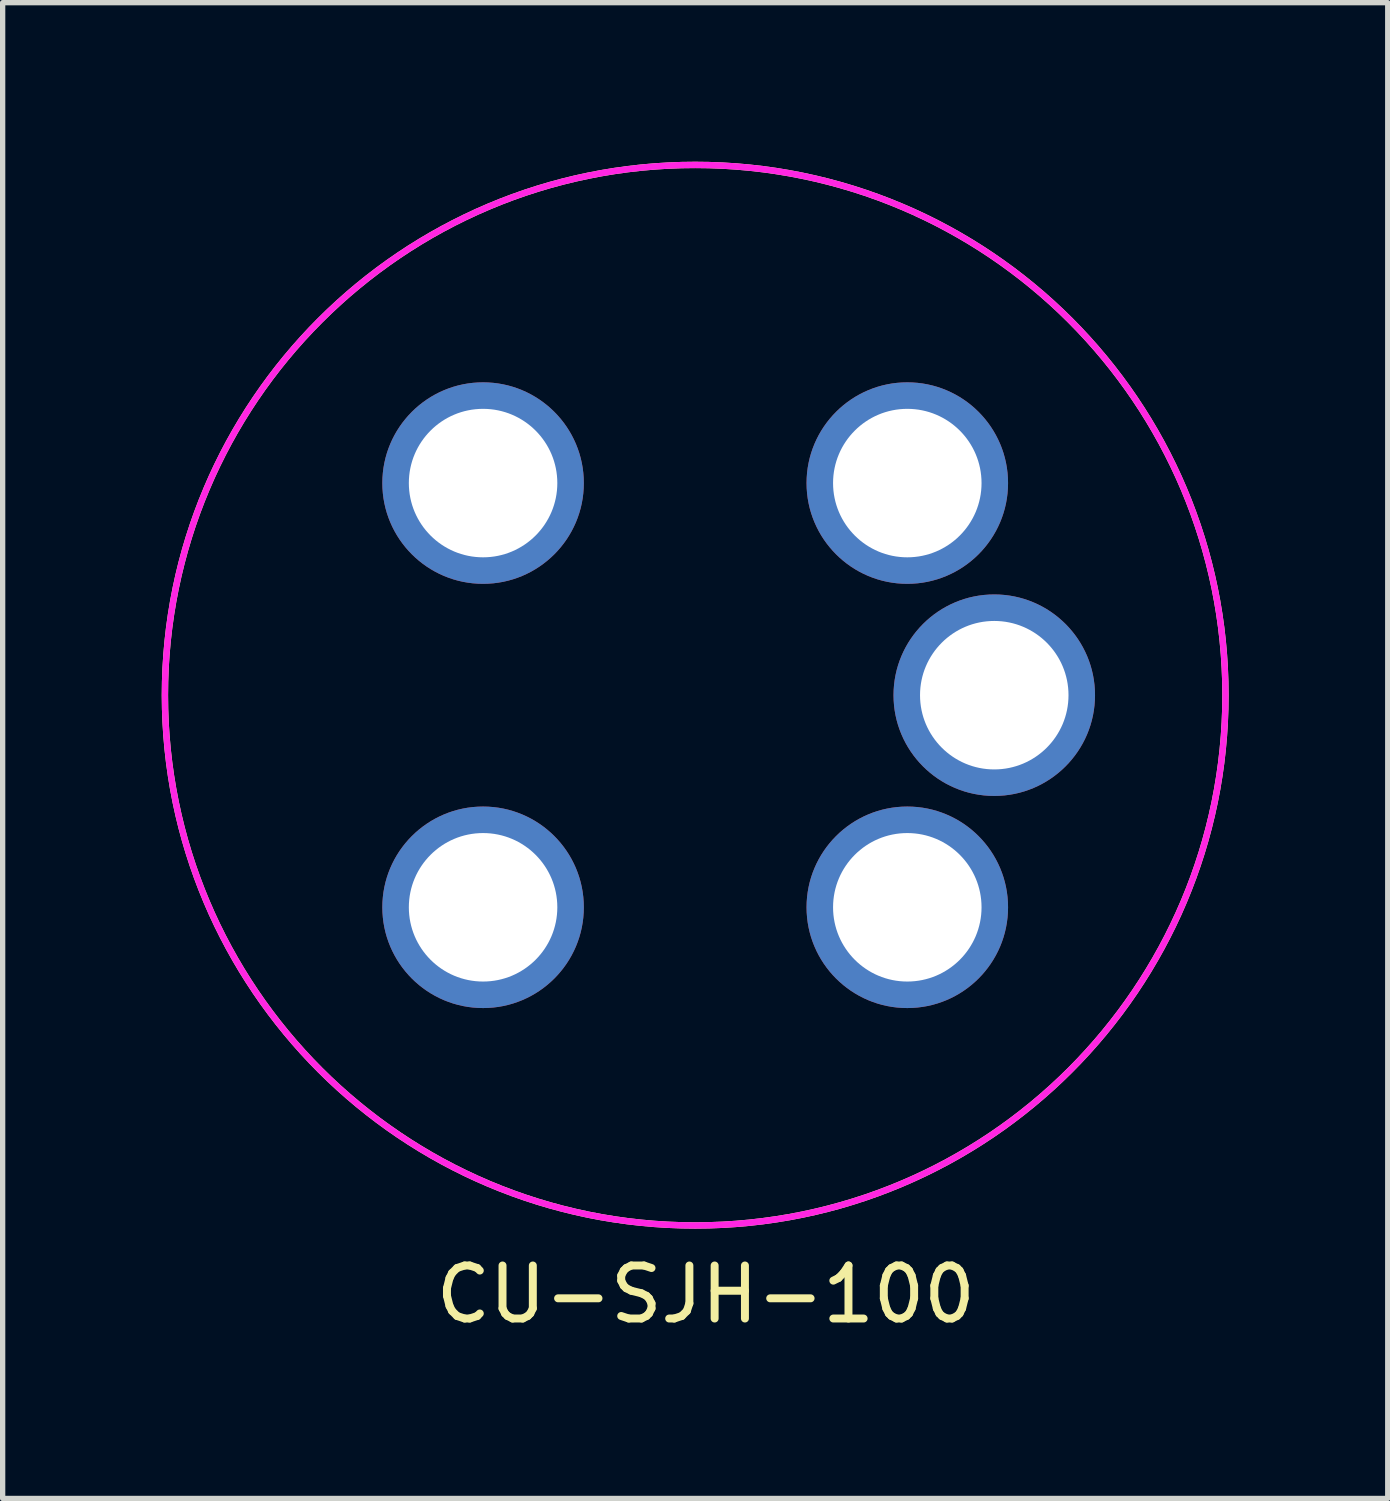
<source format=kicad_pcb>
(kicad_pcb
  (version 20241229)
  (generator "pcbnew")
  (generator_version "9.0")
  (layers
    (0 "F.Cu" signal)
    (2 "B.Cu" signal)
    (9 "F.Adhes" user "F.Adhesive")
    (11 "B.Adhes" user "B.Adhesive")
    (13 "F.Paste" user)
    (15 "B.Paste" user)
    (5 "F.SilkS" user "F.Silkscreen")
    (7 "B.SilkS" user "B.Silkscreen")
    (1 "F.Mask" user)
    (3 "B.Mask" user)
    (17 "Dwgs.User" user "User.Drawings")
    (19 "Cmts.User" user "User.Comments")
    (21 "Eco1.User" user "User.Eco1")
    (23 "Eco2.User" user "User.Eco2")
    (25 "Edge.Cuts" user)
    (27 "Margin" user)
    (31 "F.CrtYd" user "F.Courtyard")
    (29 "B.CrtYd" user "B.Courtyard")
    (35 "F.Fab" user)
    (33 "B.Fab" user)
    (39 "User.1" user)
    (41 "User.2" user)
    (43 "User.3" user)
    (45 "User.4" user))
  (footprint "CU-SJH-100"
    (layer "F.Cu")
    (at 10.06 10.06)
    (property "Reference" "CU-SJH-100" (at 0.2 11.3 0) (unlocked yes) (layer "F.SilkS") (effects (font (size 1 1) (thickness 0.15))))
    (attr through_hole)
    (fp_circle (center 0 0) (end 10 0) (stroke (width 0.12) (type solid)) (fill no) (layer "F.SilkS"))
    (fp_circle (center 0 0) (end 10 0) (stroke (width 0.12) (type solid)) (fill no) (layer "F.CrtYd"))
    (pad "D" thru_hole circle (at 4 4) (size 3.8 3.8) (drill 2.8) (layers "*.Cu" "*.Mask"))
    (pad "G" thru_hole circle (at -4 4) (size 3.8 3.8) (drill 2.8) (layers "*.Cu" "*.Mask"))
    (pad "R" thru_hole circle (at 4 -4) (size 3.8 3.8) (drill 2.8) (layers "*.Cu" "*.Mask"))
    (pad "T" thru_hole circle (at 5.64 0) (size 3.8 3.8) (drill 2.8) (layers "*.Cu" "*.Mask"))
    (pad "V" thru_hole circle (at -4 -4) (size 3.8 3.8) (drill 2.8) (layers "*.Cu" "*.Mask")))
  (gr_rect
    (start -3 -3)
    (end 23.12 25.208)
    (stroke (width 0.1) (type default))
    (fill no)
    (layer "Edge.Cuts")))
</source>
